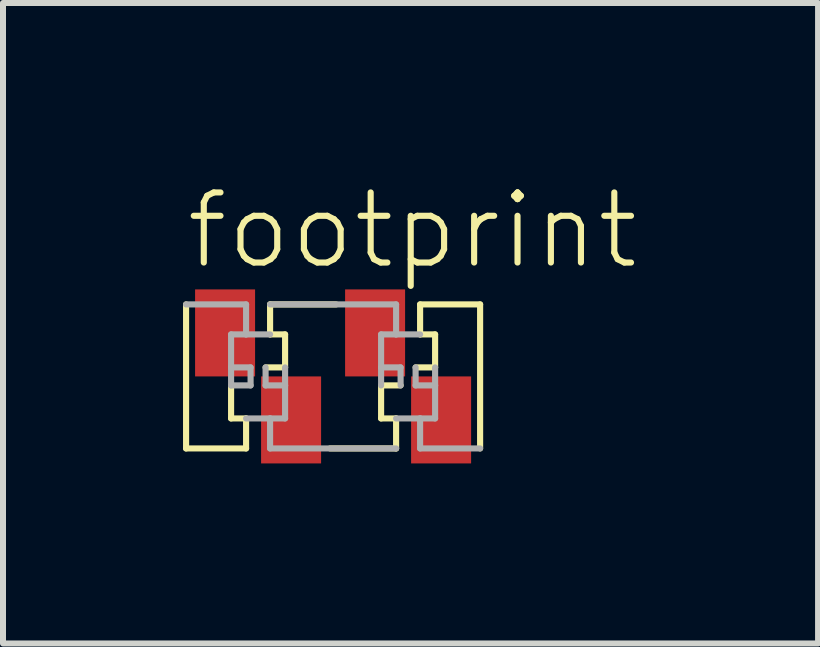
<source format=kicad_pcb>
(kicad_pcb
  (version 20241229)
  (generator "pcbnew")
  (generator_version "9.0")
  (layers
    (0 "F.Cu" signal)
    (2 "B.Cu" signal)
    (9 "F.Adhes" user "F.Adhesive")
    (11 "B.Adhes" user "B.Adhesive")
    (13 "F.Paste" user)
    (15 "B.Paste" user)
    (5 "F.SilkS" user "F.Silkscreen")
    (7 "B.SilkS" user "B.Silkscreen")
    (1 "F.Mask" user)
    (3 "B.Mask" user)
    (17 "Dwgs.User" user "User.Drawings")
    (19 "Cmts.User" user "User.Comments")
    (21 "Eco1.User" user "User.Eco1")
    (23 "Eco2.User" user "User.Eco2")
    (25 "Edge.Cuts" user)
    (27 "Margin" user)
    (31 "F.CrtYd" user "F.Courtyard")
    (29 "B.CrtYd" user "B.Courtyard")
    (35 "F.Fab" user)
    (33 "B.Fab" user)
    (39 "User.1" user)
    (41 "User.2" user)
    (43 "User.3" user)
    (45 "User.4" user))
  (footprint "footprint"
    (layer "F.Cu")
    (at 2.501 3.223)
    (property "Reference" "footprint" (at -2.5 -1.75 0) (layer "F.SilkS") (effects (font (size 1.168 1.168) (thickness 0.102)) (justify left bottom)))
    (fp_line (start -2.45 1.2) (end -2.45 -1.2) (stroke (width 0.102) (type solid)) (layer "F.SilkS"))
    (fp_line (start -1.7 0.7) (end -1.7 0.15) (stroke (width 0.102) (type solid)) (layer "F.SilkS"))
    (fp_line (start -1.45 0.7) (end -1.7 0.7) (stroke (width 0.102) (type solid)) (layer "F.SilkS"))
    (fp_line (start -1.45 0.7) (end -1.45 1.2) (stroke (width 0.102) (type solid)) (layer "F.SilkS"))
    (fp_line (start -1.45 1.2) (end -2.45 1.2) (stroke (width 0.102) (type solid)) (layer "F.SilkS"))
    (fp_line (start -1.05 -1.2) (end 0.05 -1.2) (stroke (width 0.102) (type solid)) (layer "F.SilkS"))
    (fp_line (start -1.05 -0.7) (end -1.05 -1.2) (stroke (width 0.102) (type solid)) (layer "F.SilkS"))
    (fp_line (start -1.05 -0.7) (end -0.8 -0.7) (stroke (width 0.102) (type solid)) (layer "F.SilkS"))
    (fp_line (start -0.8 -0.7) (end -0.8 -0.15) (stroke (width 0.102) (type solid)) (layer "F.SilkS"))
    (fp_line (start -0.8 -0.15) (end -1.125 -0.15) (stroke (width 0.102) (type solid)) (layer "F.SilkS"))
    (fp_line (start 0.8 0.15) (end 1.125 0.15) (stroke (width 0.102) (type solid)) (layer "F.SilkS"))
    (fp_line (start 0.8 0.7) (end 0.8 0.15) (stroke (width 0.102) (type solid)) (layer "F.SilkS"))
    (fp_line (start 1.05 0.7) (end 0.8 0.7) (stroke (width 0.102) (type solid)) (layer "F.SilkS"))
    (fp_line (start 1.05 0.7) (end 1.05 1.2) (stroke (width 0.102) (type solid)) (layer "F.SilkS"))
    (fp_line (start 1.05 1.2) (end -0.05 1.2) (stroke (width 0.102) (type solid)) (layer "F.SilkS"))
    (fp_line (start 1.45 -1.2) (end 2.45 -1.2) (stroke (width 0.102) (type solid)) (layer "F.SilkS"))
    (fp_line (start 1.45 -0.7) (end 1.45 -1.2) (stroke (width 0.102) (type solid)) (layer "F.SilkS"))
    (fp_line (start 1.45 -0.7) (end 1.7 -0.7) (stroke (width 0.102) (type solid)) (layer "F.SilkS"))
    (fp_line (start 1.7 -0.7) (end 1.7 -0.15) (stroke (width 0.102) (type solid)) (layer "F.SilkS"))
    (fp_line (start 1.7 -0.15) (end 1.375 -0.15) (stroke (width 0.102) (type solid)) (layer "F.SilkS"))
    (fp_line (start 2.45 -1.2) (end 2.45 1.2) (stroke (width 0.102) (type solid)) (layer "F.SilkS"))
    (fp_line (start -2.45 -1.2) (end -1.45 -1.2) (stroke (width 0.102) (type solid)) (layer "F.Fab"))
    (fp_line (start -1.7 -0.7) (end -1.45 -0.7) (stroke (width 0.102) (type solid)) (layer "F.Fab"))
    (fp_line (start -1.7 -0.15) (end -1.7 -0.7) (stroke (width 0.102) (type solid)) (layer "F.Fab"))
    (fp_line (start -1.7 -0.15) (end -1.7 0.15) (stroke (width 0.102) (type solid)) (layer "F.Fab"))
    (fp_line (start -1.7 0.15) (end -1.375 0.15) (stroke (width 0.102) (type solid)) (layer "F.Fab"))
    (fp_line (start -1.45 -1.2) (end -1.45 -0.7) (stroke (width 0.102) (type solid)) (layer "F.Fab"))
    (fp_line (start -1.45 -0.7) (end -1.05 -0.7) (stroke (width 0.102) (type solid)) (layer "F.Fab"))
    (fp_line (start -1.375 -0.15) (end -1.7 -0.15) (stroke (width 0.102) (type solid)) (layer "F.Fab"))
    (fp_line (start -1.375 0.15) (end -1.375 -0.15) (stroke (width 0.102) (type solid)) (layer "F.Fab"))
    (fp_line (start -1.125 -0.15) (end -1.125 0.15) (stroke (width 0.102) (type solid)) (layer "F.Fab"))
    (fp_line (start -1.125 0.15) (end -0.8 0.15) (stroke (width 0.102) (type solid)) (layer "F.Fab"))
    (fp_line (start -1.05 -1.2) (end 1.05 -1.2) (stroke (width 0.102) (type solid)) (layer "F.Fab"))
    (fp_line (start -1.05 0.7) (end -1.45 0.7) (stroke (width 0.102) (type solid)) (layer "F.Fab"))
    (fp_line (start -1.05 1.2) (end -1.05 0.7) (stroke (width 0.102) (type solid)) (layer "F.Fab"))
    (fp_line (start -0.8 -0.15) (end -0.8 0.15) (stroke (width 0.102) (type solid)) (layer "F.Fab"))
    (fp_line (start -0.8 0.15) (end -0.8 0.7) (stroke (width 0.102) (type solid)) (layer "F.Fab"))
    (fp_line (start -0.8 0.7) (end -1.05 0.7) (stroke (width 0.102) (type solid)) (layer "F.Fab"))
    (fp_line (start 0.8 -0.7) (end 1.05 -0.7) (stroke (width 0.102) (type solid)) (layer "F.Fab"))
    (fp_line (start 0.8 -0.15) (end 0.8 -0.7) (stroke (width 0.102) (type solid)) (layer "F.Fab"))
    (fp_line (start 0.8 -0.15) (end 0.8 0.15) (stroke (width 0.102) (type solid)) (layer "F.Fab"))
    (fp_line (start 1.05 -1.2) (end 1.05 -0.7) (stroke (width 0.102) (type solid)) (layer "F.Fab"))
    (fp_line (start 1.05 -0.7) (end 1.45 -0.7) (stroke (width 0.102) (type solid)) (layer "F.Fab"))
    (fp_line (start 1.05 1.2) (end -1.05 1.2) (stroke (width 0.102) (type solid)) (layer "F.Fab"))
    (fp_line (start 1.125 -0.15) (end 0.8 -0.15) (stroke (width 0.102) (type solid)) (layer "F.Fab"))
    (fp_line (start 1.125 0.15) (end 1.125 -0.15) (stroke (width 0.102) (type solid)) (layer "F.Fab"))
    (fp_line (start 1.375 -0.15) (end 1.375 0.15) (stroke (width 0.102) (type solid)) (layer "F.Fab"))
    (fp_line (start 1.375 0.15) (end 1.7 0.15) (stroke (width 0.102) (type solid)) (layer "F.Fab"))
    (fp_line (start 1.45 0.7) (end 1.05 0.7) (stroke (width 0.102) (type solid)) (layer "F.Fab"))
    (fp_line (start 1.45 1.2) (end 1.45 0.7) (stroke (width 0.102) (type solid)) (layer "F.Fab"))
    (fp_line (start 1.7 -0.15) (end 1.7 0.15) (stroke (width 0.102) (type solid)) (layer "F.Fab"))
    (fp_line (start 1.7 0.15) (end 1.7 0.7) (stroke (width 0.102) (type solid)) (layer "F.Fab"))
    (fp_line (start 1.7 0.7) (end 1.45 0.7) (stroke (width 0.102) (type solid)) (layer "F.Fab"))
    (fp_line (start 2.45 1.2) (end 1.45 1.2) (stroke (width 0.102) (type solid)) (layer "F.Fab"))
    (pad "1" smd rect (at -1.8 -0.725) (size 1 1.45) (layers "F.Cu" "F.Mask" "F.Paste"))
    (pad "1@1" smd rect (at -0.7 0.725) (size 1 1.45) (layers "F.Cu" "F.Mask" "F.Paste"))
    (pad "2" smd rect (at 0.7 -0.725) (size 1 1.45) (layers "F.Cu" "F.Mask" "F.Paste"))
    (pad "2@1" smd rect (at 1.8 0.725) (size 1 1.45) (layers "F.Cu" "F.Mask" "F.Paste")))
  (gr_rect
    (start -3 -3)
    (end 10.583 7.673)
    (stroke (width 0.1) (type default))
    (fill no)
    (layer "Edge.Cuts")))
</source>
